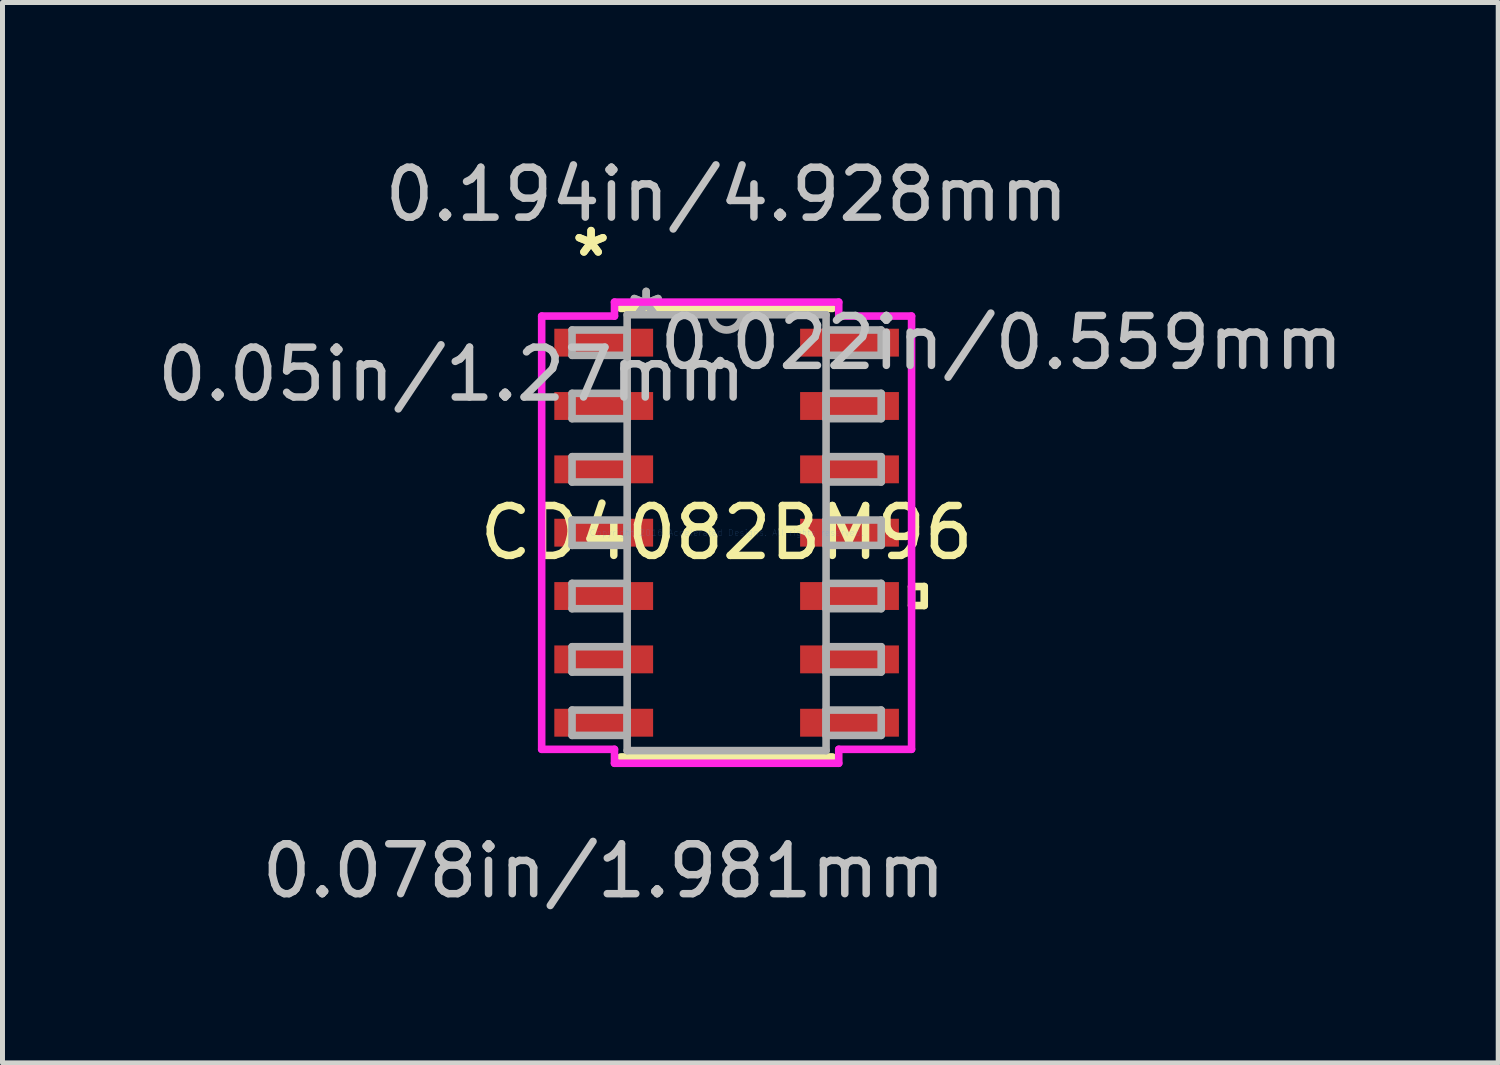
<source format=kicad_pcb>
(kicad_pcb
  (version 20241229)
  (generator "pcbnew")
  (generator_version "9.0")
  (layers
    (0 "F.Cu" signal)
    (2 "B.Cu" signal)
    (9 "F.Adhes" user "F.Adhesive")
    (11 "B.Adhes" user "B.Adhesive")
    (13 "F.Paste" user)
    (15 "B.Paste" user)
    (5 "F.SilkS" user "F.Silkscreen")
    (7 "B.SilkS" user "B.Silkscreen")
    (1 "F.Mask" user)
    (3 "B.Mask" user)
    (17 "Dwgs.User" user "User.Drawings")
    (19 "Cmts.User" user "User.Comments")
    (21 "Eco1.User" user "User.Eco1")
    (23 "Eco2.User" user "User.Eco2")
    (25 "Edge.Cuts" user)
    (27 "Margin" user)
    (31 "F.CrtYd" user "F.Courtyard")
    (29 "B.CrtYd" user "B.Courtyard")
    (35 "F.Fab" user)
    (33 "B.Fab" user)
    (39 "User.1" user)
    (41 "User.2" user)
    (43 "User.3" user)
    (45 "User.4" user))
  (footprint "CD4082BM96"
    (layer "F.Cu")
    (at 11.518 7.63)
    (property "Reference" "CD4082BM96" (at 0 0 0) (layer "F.SilkS") (effects (font (size 1 1) (thickness 0.15))))
    (attr through_hole)
    (fp_line (start -2.121 4.496) (end 2.121 4.496) (stroke (width 0.152) (type solid)) (layer "F.SilkS"))
    (fp_line (start 2.121 -4.496) (end -2.121 -4.496) (stroke (width 0.152) (type solid)) (layer "F.SilkS"))
    (fp_line (start 3.708 1.079) (end 3.962 1.079) (stroke (width 0.152) (type solid)) (layer "F.SilkS"))
    (fp_line (start 3.708 1.46) (end 3.708 1.079) (stroke (width 0.152) (type solid)) (layer "F.SilkS"))
    (fp_line (start 3.962 1.079) (end 3.962 1.46) (stroke (width 0.152) (type solid)) (layer "F.SilkS"))
    (fp_line (start 3.962 1.46) (end 3.708 1.46) (stroke (width 0.152) (type solid)) (layer "F.SilkS"))
    (fp_line (start -3.708 -4.343) (end -2.248 -4.343) (stroke (width 0.152) (type solid)) (layer "F.CrtYd"))
    (fp_line (start -3.708 4.343) (end -3.708 -4.343) (stroke (width 0.152) (type solid)) (layer "F.CrtYd"))
    (fp_line (start -2.248 -4.623) (end 2.248 -4.623) (stroke (width 0.152) (type solid)) (layer "F.CrtYd"))
    (fp_line (start -2.248 -4.343) (end -2.248 -4.623) (stroke (width 0.152) (type solid)) (layer "F.CrtYd"))
    (fp_line (start -2.248 4.343) (end -3.708 4.343) (stroke (width 0.152) (type solid)) (layer "F.CrtYd"))
    (fp_line (start -2.248 4.623) (end -2.248 4.343) (stroke (width 0.152) (type solid)) (layer "F.CrtYd"))
    (fp_line (start 2.248 -4.623) (end 2.248 -4.343) (stroke (width 0.152) (type solid)) (layer "F.CrtYd"))
    (fp_line (start 2.248 -4.343) (end 3.708 -4.343) (stroke (width 0.152) (type solid)) (layer "F.CrtYd"))
    (fp_line (start 2.248 4.343) (end 2.248 4.623) (stroke (width 0.152) (type solid)) (layer "F.CrtYd"))
    (fp_line (start 2.248 4.623) (end -2.248 4.623) (stroke (width 0.152) (type solid)) (layer "F.CrtYd"))
    (fp_line (start 3.708 -4.343) (end 3.708 4.343) (stroke (width 0.152) (type solid)) (layer "F.CrtYd"))
    (fp_line (start 3.708 4.343) (end 2.248 4.343) (stroke (width 0.152) (type solid)) (layer "F.CrtYd"))
    (fp_line (start -3.099 -4.064) (end -3.099 -3.556) (stroke (width 0.152) (type solid)) (layer "F.Fab"))
    (fp_line (start -3.099 -3.556) (end -1.994 -3.556) (stroke (width 0.152) (type solid)) (layer "F.Fab"))
    (fp_line (start -3.099 -2.794) (end -3.099 -2.286) (stroke (width 0.152) (type solid)) (layer "F.Fab"))
    (fp_line (start -3.099 -2.286) (end -1.994 -2.286) (stroke (width 0.152) (type solid)) (layer "F.Fab"))
    (fp_line (start -3.099 -1.524) (end -3.099 -1.016) (stroke (width 0.152) (type solid)) (layer "F.Fab"))
    (fp_line (start -3.099 -1.016) (end -1.994 -1.016) (stroke (width 0.152) (type solid)) (layer "F.Fab"))
    (fp_line (start -3.099 -0.254) (end -3.099 0.254) (stroke (width 0.152) (type solid)) (layer "F.Fab"))
    (fp_line (start -3.099 0.254) (end -1.994 0.254) (stroke (width 0.152) (type solid)) (layer "F.Fab"))
    (fp_line (start -3.099 1.016) (end -3.099 1.524) (stroke (width 0.152) (type solid)) (layer "F.Fab"))
    (fp_line (start -3.099 1.524) (end -1.994 1.524) (stroke (width 0.152) (type solid)) (layer "F.Fab"))
    (fp_line (start -3.099 2.286) (end -3.099 2.794) (stroke (width 0.152) (type solid)) (layer "F.Fab"))
    (fp_line (start -3.099 2.794) (end -1.994 2.794) (stroke (width 0.152) (type solid)) (layer "F.Fab"))
    (fp_line (start -3.099 3.556) (end -3.099 4.064) (stroke (width 0.152) (type solid)) (layer "F.Fab"))
    (fp_line (start -3.099 4.064) (end -1.994 4.064) (stroke (width 0.152) (type solid)) (layer "F.Fab"))
    (fp_line (start -1.994 -4.369) (end -1.994 4.369) (stroke (width 0.152) (type solid)) (layer "F.Fab"))
    (fp_line (start -1.994 -4.064) (end -3.099 -4.064) (stroke (width 0.152) (type solid)) (layer "F.Fab"))
    (fp_line (start -1.994 -3.556) (end -1.994 -4.064) (stroke (width 0.152) (type solid)) (layer "F.Fab"))
    (fp_line (start -1.994 -2.794) (end -3.099 -2.794) (stroke (width 0.152) (type solid)) (layer "F.Fab"))
    (fp_line (start -1.994 -2.286) (end -1.994 -2.794) (stroke (width 0.152) (type solid)) (layer "F.Fab"))
    (fp_line (start -1.994 -1.524) (end -3.099 -1.524) (stroke (width 0.152) (type solid)) (layer "F.Fab"))
    (fp_line (start -1.994 -1.016) (end -1.994 -1.524) (stroke (width 0.152) (type solid)) (layer "F.Fab"))
    (fp_line (start -1.994 -0.254) (end -3.099 -0.254) (stroke (width 0.152) (type solid)) (layer "F.Fab"))
    (fp_line (start -1.994 0.254) (end -1.994 -0.254) (stroke (width 0.152) (type solid)) (layer "F.Fab"))
    (fp_line (start -1.994 1.016) (end -3.099 1.016) (stroke (width 0.152) (type solid)) (layer "F.Fab"))
    (fp_line (start -1.994 1.524) (end -1.994 1.016) (stroke (width 0.152) (type solid)) (layer "F.Fab"))
    (fp_line (start -1.994 2.286) (end -3.099 2.286) (stroke (width 0.152) (type solid)) (layer "F.Fab"))
    (fp_line (start -1.994 2.794) (end -1.994 2.286) (stroke (width 0.152) (type solid)) (layer "F.Fab"))
    (fp_line (start -1.994 3.556) (end -3.099 3.556) (stroke (width 0.152) (type solid)) (layer "F.Fab"))
    (fp_line (start -1.994 4.064) (end -1.994 3.556) (stroke (width 0.152) (type solid)) (layer "F.Fab"))
    (fp_line (start -1.994 4.369) (end 1.994 4.369) (stroke (width 0.152) (type solid)) (layer "F.Fab"))
    (fp_line (start 1.994 -4.369) (end -1.994 -4.369) (stroke (width 0.152) (type solid)) (layer "F.Fab"))
    (fp_line (start 1.994 -4.064) (end 1.994 -3.556) (stroke (width 0.152) (type solid)) (layer "F.Fab"))
    (fp_line (start 1.994 -3.556) (end 3.099 -3.556) (stroke (width 0.152) (type solid)) (layer "F.Fab"))
    (fp_line (start 1.994 -2.794) (end 1.994 -2.286) (stroke (width 0.152) (type solid)) (layer "F.Fab"))
    (fp_line (start 1.994 -2.286) (end 3.099 -2.286) (stroke (width 0.152) (type solid)) (layer "F.Fab"))
    (fp_line (start 1.994 -1.524) (end 1.994 -1.016) (stroke (width 0.152) (type solid)) (layer "F.Fab"))
    (fp_line (start 1.994 -1.016) (end 3.099 -1.016) (stroke (width 0.152) (type solid)) (layer "F.Fab"))
    (fp_line (start 1.994 -0.254) (end 1.994 0.254) (stroke (width 0.152) (type solid)) (layer "F.Fab"))
    (fp_line (start 1.994 0.254) (end 3.099 0.254) (stroke (width 0.152) (type solid)) (layer "F.Fab"))
    (fp_line (start 1.994 1.016) (end 1.994 1.524) (stroke (width 0.152) (type solid)) (layer "F.Fab"))
    (fp_line (start 1.994 1.524) (end 3.099 1.524) (stroke (width 0.152) (type solid)) (layer "F.Fab"))
    (fp_line (start 1.994 2.286) (end 1.994 2.794) (stroke (width 0.152) (type solid)) (layer "F.Fab"))
    (fp_line (start 1.994 2.794) (end 3.099 2.794) (stroke (width 0.152) (type solid)) (layer "F.Fab"))
    (fp_line (start 1.994 3.556) (end 1.994 4.064) (stroke (width 0.152) (type solid)) (layer "F.Fab"))
    (fp_line (start 1.994 4.064) (end 3.099 4.064) (stroke (width 0.152) (type solid)) (layer "F.Fab"))
    (fp_line (start 1.994 4.369) (end 1.994 -4.369) (stroke (width 0.152) (type solid)) (layer "F.Fab"))
    (fp_line (start 3.099 -4.064) (end 1.994 -4.064) (stroke (width 0.152) (type solid)) (layer "F.Fab"))
    (fp_line (start 3.099 -3.556) (end 3.099 -4.064) (stroke (width 0.152) (type solid)) (layer "F.Fab"))
    (fp_line (start 3.099 -2.794) (end 1.994 -2.794) (stroke (width 0.152) (type solid)) (layer "F.Fab"))
    (fp_line (start 3.099 -2.286) (end 3.099 -2.794) (stroke (width 0.152) (type solid)) (layer "F.Fab"))
    (fp_line (start 3.099 -1.524) (end 1.994 -1.524) (stroke (width 0.152) (type solid)) (layer "F.Fab"))
    (fp_line (start 3.099 -1.016) (end 3.099 -1.524) (stroke (width 0.152) (type solid)) (layer "F.Fab"))
    (fp_line (start 3.099 -0.254) (end 1.994 -0.254) (stroke (width 0.152) (type solid)) (layer "F.Fab"))
    (fp_line (start 3.099 0.254) (end 3.099 -0.254) (stroke (width 0.152) (type solid)) (layer "F.Fab"))
    (fp_line (start 3.099 1.016) (end 1.994 1.016) (stroke (width 0.152) (type solid)) (layer "F.Fab"))
    (fp_line (start 3.099 1.524) (end 3.099 1.016) (stroke (width 0.152) (type solid)) (layer "F.Fab"))
    (fp_line (start 3.099 2.286) (end 1.994 2.286) (stroke (width 0.152) (type solid)) (layer "F.Fab"))
    (fp_line (start 3.099 2.794) (end 3.099 2.286) (stroke (width 0.152) (type solid)) (layer "F.Fab"))
    (fp_line (start 3.099 3.556) (end 1.994 3.556) (stroke (width 0.152) (type solid)) (layer "F.Fab"))
    (fp_line (start 3.099 4.064) (end 3.099 3.556) (stroke (width 0.152) (type solid)) (layer "F.Fab"))
    (fp_arc (start 0.3048 -4.3688) (mid 0 -4.064) (end -0.3048 -4.3688) (stroke (width 0.1524) (type solid)) (layer "F.Fab"))
    (fp_text user "*" (at -2.718 -5.512 0) (layer "F.SilkS") (effects (font (size 1 1) (thickness 0.15))))
    (fp_text user "*" (at -2.718 -5.512 0) (layer "F.SilkS") (effects (font (size 1 1) (thickness 0.15))))
    (fp_text user "0.078in/1.981mm" (at -2.464 6.782 0) (layer "Dwgs.User") (effects (font (size 1 1) (thickness 0.15))))
    (fp_text user "0.022in/0.559mm" (at 5.512 -3.81 0) (layer "Dwgs.User") (effects (font (size 1 1) (thickness 0.15))))
    (fp_text user "0.194in/4.928mm" (at 0 -6.782 0) (layer "Dwgs.User") (effects (font (size 1 1) (thickness 0.15))))
    (fp_text user "0.05in/1.27mm" (at -5.512 -3.175 0) (layer "Dwgs.User") (effects (font (size 1 1) (thickness 0.15))))
    (fp_text user "Copyright 2016 Accelerated Designs. All rights reserved." (at 0 0 0) (layer "Cmts.User") (effects (font (size 0.127 0.127) (thickness 0.002))))
    (fp_text user "*" (at -1.613 -4.293 0) (layer "F.Fab") (effects (font (size 1 1) (thickness 0.15))))
    (fp_text user "*" (at -1.613 -4.293 0) (layer "F.Fab") (effects (font (size 1 1) (thickness 0.15))))
    (pad "1" smd rect (at -2.464 -3.81) (size 1.981 0.559) (layers "F.Cu" "F.Mask" "F.Paste"))
    (pad "2" smd rect (at -2.464 -2.54) (size 1.981 0.559) (layers "F.Cu" "F.Mask" "F.Paste"))
    (pad "3" smd rect (at -2.464 -1.27) (size 1.981 0.559) (layers "F.Cu" "F.Mask" "F.Paste"))
    (pad "4" smd rect (at -2.464 0) (size 1.981 0.559) (layers "F.Cu" "F.Mask" "F.Paste"))
    (pad "5" smd rect (at -2.464 1.27) (size 1.981 0.559) (layers "F.Cu" "F.Mask" "F.Paste"))
    (pad "6" smd rect (at -2.464 2.54) (size 1.981 0.559) (layers "F.Cu" "F.Mask" "F.Paste"))
    (pad "7" smd rect (at -2.464 3.81) (size 1.981 0.559) (layers "F.Cu" "F.Mask" "F.Paste"))
    (pad "8" smd rect (at 2.464 3.81) (size 1.981 0.559) (layers "F.Cu" "F.Mask" "F.Paste"))
    (pad "9" smd rect (at 2.464 2.54) (size 1.981 0.559) (layers "F.Cu" "F.Mask" "F.Paste"))
    (pad "10" smd rect (at 2.464 1.27) (size 1.981 0.559) (layers "F.Cu" "F.Mask" "F.Paste"))
    (pad "11" smd rect (at 2.464 0) (size 1.981 0.559) (layers "F.Cu" "F.Mask" "F.Paste"))
    (pad "12" smd rect (at 2.464 -1.27) (size 1.981 0.559) (layers "F.Cu" "F.Mask" "F.Paste"))
    (pad "13" smd rect (at 2.464 -2.54) (size 1.981 0.559) (layers "F.Cu" "F.Mask" "F.Paste"))
    (pad "14" smd rect (at 2.464 -3.81) (size 1.981 0.559) (layers "F.Cu" "F.Mask" "F.Paste")))
  (gr_rect
    (start -3 -3)
    (end 26.988 18.26)
    (stroke (width 0.1) (type default))
    (fill no)
    (layer "Edge.Cuts")))
</source>
